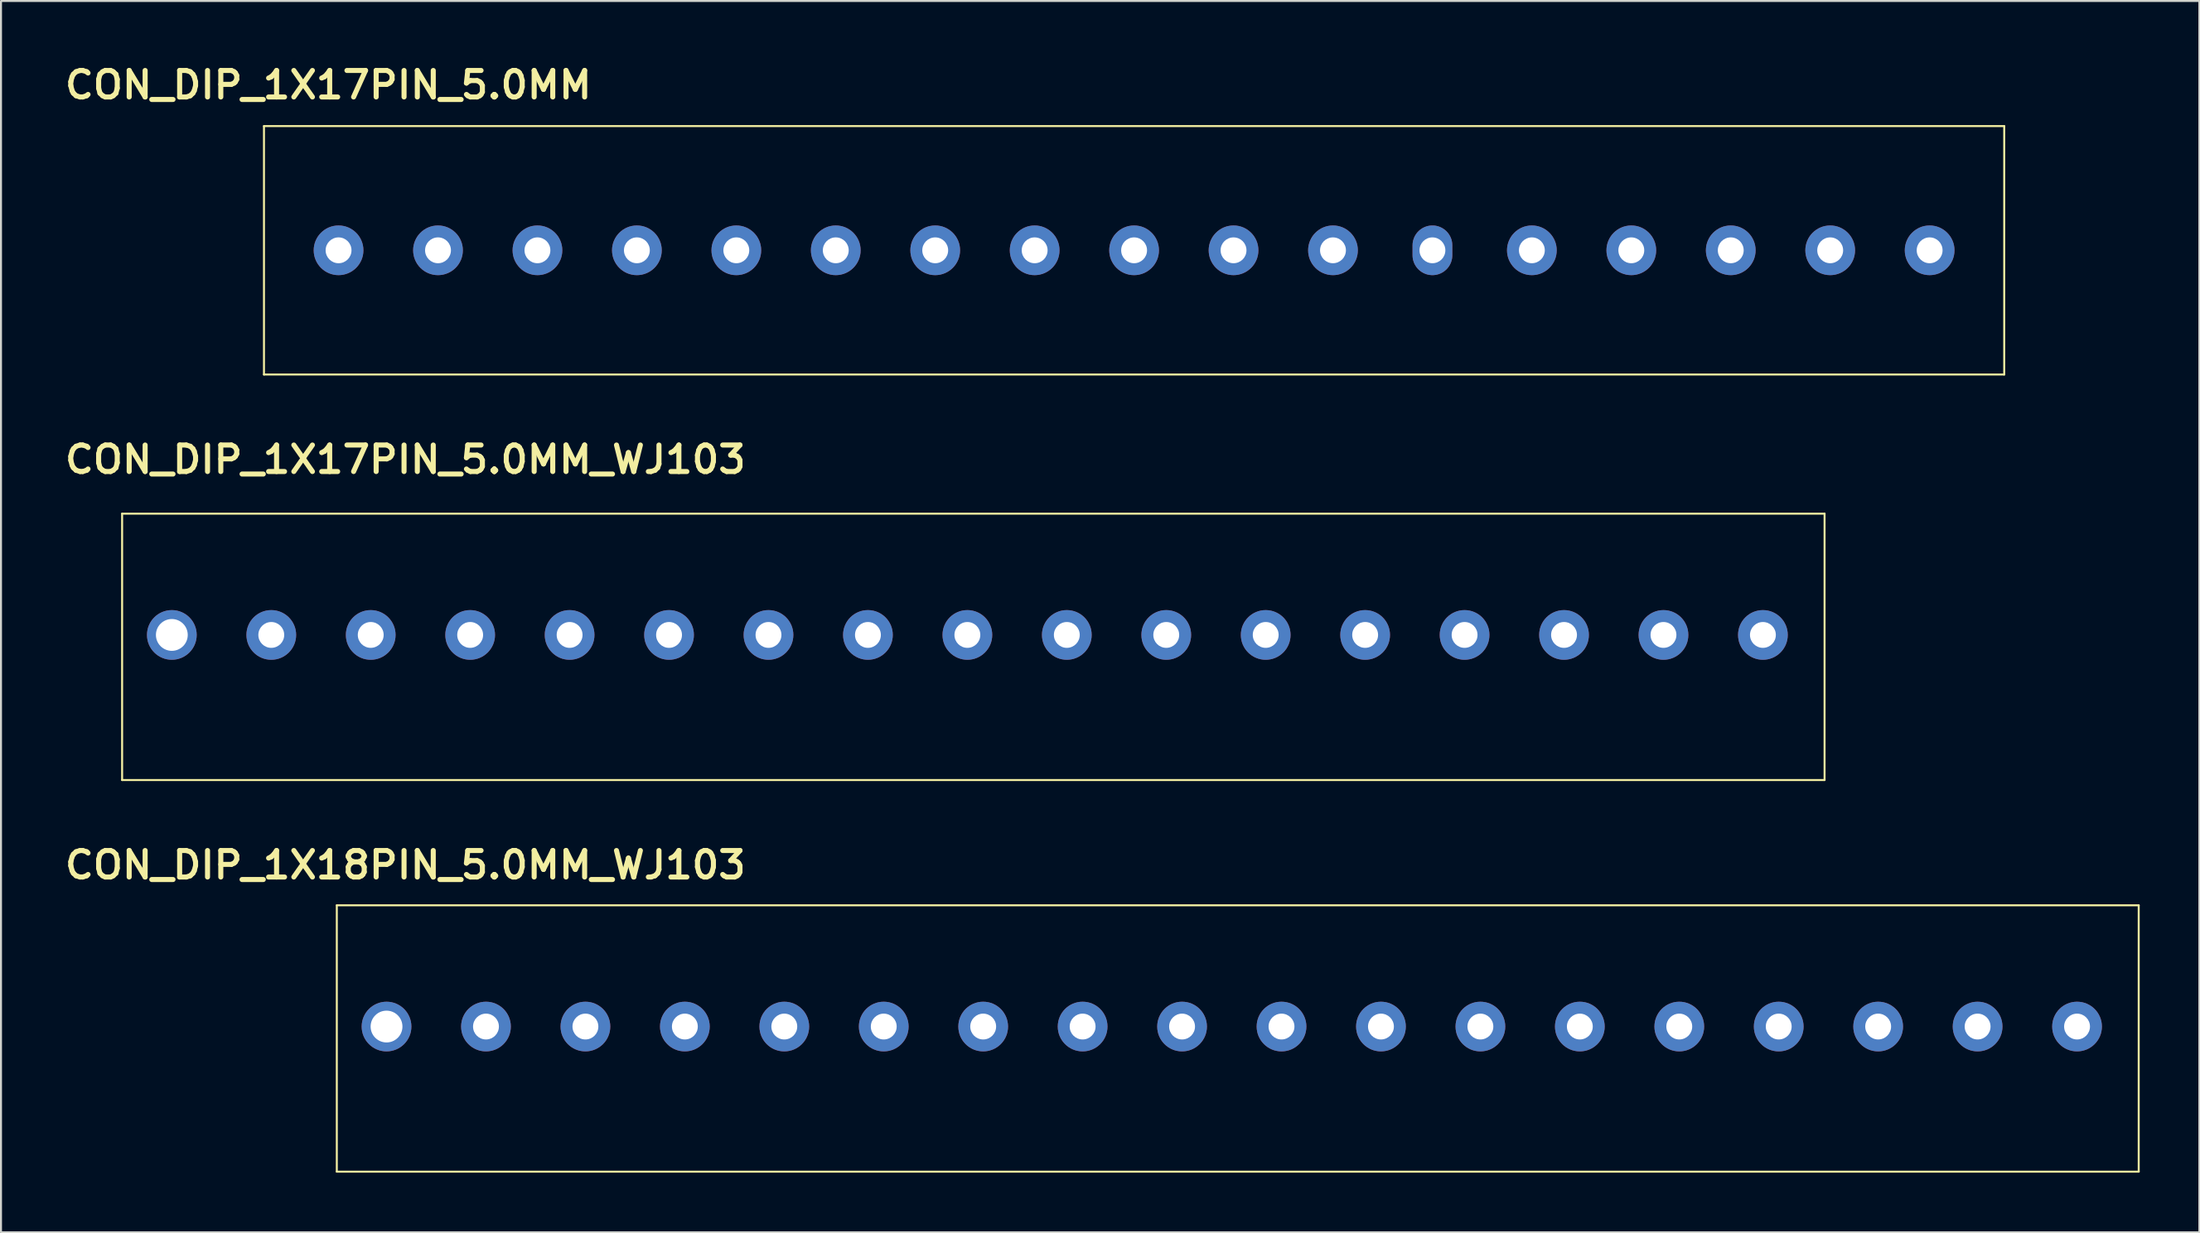
<source format=kicad_pcb>
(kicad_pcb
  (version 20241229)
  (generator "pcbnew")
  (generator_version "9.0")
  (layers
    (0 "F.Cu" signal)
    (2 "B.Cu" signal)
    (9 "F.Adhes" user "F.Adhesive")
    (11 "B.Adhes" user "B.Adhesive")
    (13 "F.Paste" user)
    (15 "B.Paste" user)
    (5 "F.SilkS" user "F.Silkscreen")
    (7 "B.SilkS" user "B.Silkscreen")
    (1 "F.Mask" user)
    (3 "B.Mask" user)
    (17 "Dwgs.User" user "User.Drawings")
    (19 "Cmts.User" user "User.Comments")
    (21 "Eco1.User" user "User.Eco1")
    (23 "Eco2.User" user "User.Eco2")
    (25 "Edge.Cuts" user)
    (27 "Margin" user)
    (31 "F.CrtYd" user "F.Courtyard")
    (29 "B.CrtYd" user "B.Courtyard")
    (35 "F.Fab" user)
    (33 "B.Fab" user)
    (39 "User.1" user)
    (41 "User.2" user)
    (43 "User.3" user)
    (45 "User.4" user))
  (footprint "CON_DIP_1X18PIN_5.0MM_WJ103"
    (layer "F.Cu")
    (at 56.385 48.6)
    (property "Reference" "CON_DIP_1X18PIN_5.0MM_WJ103" (at -39.053 -8.128 0) (unlocked yes) (layer "F.SilkS") (effects (font (size 1.333 1.402) (thickness 0.254))))
    (attr smd)
    (fp_line (start -42.5 -6.1) (end 48.1 -6.1) (stroke (width 0.1) (type solid)) (layer "F.SilkS"))
    (fp_line (start -42.5 7.3) (end -42.5 -6.1) (stroke (width 0.1) (type solid)) (layer "F.SilkS"))
    (fp_line (start -42.5 7.3) (end 48.1 7.3) (stroke (width 0.1) (type solid)) (layer "F.SilkS"))
    (fp_line (start 48.1 7.3) (end 48.1 -6.1) (stroke (width 0.1) (type solid)) (layer "F.SilkS"))
    (pad "1" thru_hole circle (at -40 0) (size 2.5 2.5) (drill 1.6) (layers "*.Cu" "*.Mask"))
    (pad "2" thru_hole circle (at -35 0) (size 2.5 2.5) (drill 1.3) (layers "*.Cu" "*.Mask"))
    (pad "3" thru_hole circle (at -30 0) (size 2.5 2.5) (drill 1.3) (layers "*.Cu" "*.Mask"))
    (pad "4" thru_hole circle (at -25 0) (size 2.5 2.5) (drill 1.3) (layers "*.Cu" "*.Mask"))
    (pad "5" thru_hole circle (at -20 0) (size 2.5 2.5) (drill 1.3) (layers "*.Cu" "*.Mask"))
    (pad "6" thru_hole circle (at -15 0) (size 2.5 2.5) (drill 1.3) (layers "*.Cu" "*.Mask"))
    (pad "7" thru_hole circle (at -10 0) (size 2.5 2.5) (drill 1.3) (layers "*.Cu" "*.Mask"))
    (pad "8" thru_hole circle (at -5 0) (size 2.5 2.5) (drill 1.3) (layers "*.Cu" "*.Mask"))
    (pad "9" thru_hole circle (at 0 0) (size 2.5 2.5) (drill 1.3) (layers "*.Cu" "*.Mask"))
    (pad "10" thru_hole circle (at 5 0) (size 2.5 2.5) (drill 1.3) (layers "*.Cu" "*.Mask"))
    (pad "11" thru_hole circle (at 10 0) (size 2.5 2.5) (drill 1.3) (layers "*.Cu" "*.Mask"))
    (pad "12" thru_hole circle (at 15 0) (size 2.5 2.5) (drill 1.3) (layers "*.Cu" "*.Mask"))
    (pad "13" thru_hole circle (at 20 0) (size 2.5 2.5) (drill 1.3) (layers "*.Cu" "*.Mask"))
    (pad "14" thru_hole circle (at 25 0) (size 2.5 2.5) (drill 1.3) (layers "*.Cu" "*.Mask"))
    (pad "15" thru_hole circle (at 30 0) (size 2.5 2.5) (drill 1.3) (layers "*.Cu" "*.Mask"))
    (pad "16" thru_hole circle (at 35 0) (size 2.5 2.5) (drill 1.3) (layers "*.Cu" "*.Mask"))
    (pad "17" thru_hole circle (at 40 0) (size 2.5 2.5) (drill 1.3) (layers "*.Cu" "*.Mask"))
    (pad "18" thru_hole circle (at 45 0) (size 2.5 2.5) (drill 1.3) (layers "*.Cu" "*.Mask")))
  (footprint "CON_DIP_1X17PIN_5.0MM"
    (layer "F.Cu")
    (at 53.973 9.544)
    (property "Reference" "CON_DIP_1X17PIN_5.0MM" (at -40.513 -8.319 0) (unlocked yes) (layer "F.SilkS") (effects (font (size 1.333 1.402) (thickness 0.254))))
    (attr smd)
    (fp_line (start -43.75 -6.25) (end 43.75 -6.25) (stroke (width 0.1) (type solid)) (layer "F.SilkS"))
    (fp_line (start -43.75 6.25) (end -43.75 -6.25) (stroke (width 0.1) (type solid)) (layer "F.SilkS"))
    (fp_line (start -43.75 6.25) (end 43.75 6.25) (stroke (width 0.1) (type solid)) (layer "F.SilkS"))
    (fp_line (start 43.75 6.25) (end 43.75 -6.25) (stroke (width 0.1) (type solid)) (layer "F.SilkS"))
    (pad "1" thru_hole circle (at -40 0) (size 2.5 2.5) (drill 1.3) (layers "*.Cu" "*.Mask"))
    (pad "2" thru_hole circle (at -35 0) (size 2.5 2.5) (drill 1.3) (layers "*.Cu" "*.Mask"))
    (pad "3" thru_hole circle (at -30 0) (size 2.5 2.5) (drill 1.3) (layers "*.Cu" "*.Mask"))
    (pad "4" thru_hole circle (at -25 0) (size 2.5 2.5) (drill 1.3) (layers "*.Cu" "*.Mask"))
    (pad "5" thru_hole circle (at -20 0) (size 2.5 2.5) (drill 1.3) (layers "*.Cu" "*.Mask"))
    (pad "6" thru_hole circle (at -15 0) (size 2.5 2.5) (drill 1.3) (layers "*.Cu" "*.Mask"))
    (pad "7" thru_hole circle (at -10 0) (size 2.5 2.5) (drill 1.3) (layers "*.Cu" "*.Mask"))
    (pad "8" thru_hole circle (at -5 0) (size 2.5 2.5) (drill 1.3) (layers "*.Cu" "*.Mask"))
    (pad "9" thru_hole circle (at 0 0) (size 2.5 2.5) (drill 1.3) (layers "*.Cu" "*.Mask"))
    (pad "10" thru_hole circle (at 5 0) (size 2.5 2.5) (drill 1.3) (layers "*.Cu" "*.Mask"))
    (pad "11" thru_hole circle (at 10 0) (size 2.5 2.5) (drill 1.3) (layers "*.Cu" "*.Mask"))
    (pad "12" thru_hole oval (at 15 0) (size 2 2.5) (drill 1.3) (layers "*.Cu" "*.Mask"))
    (pad "13" thru_hole circle (at 20 0) (size 2.5 2.5) (drill 1.3) (layers "*.Cu" "*.Mask"))
    (pad "14" thru_hole circle (at 25 0) (size 2.5 2.5) (drill 1.3) (layers "*.Cu" "*.Mask"))
    (pad "15" thru_hole circle (at 30 0) (size 2.5 2.5) (drill 1.3) (layers "*.Cu" "*.Mask"))
    (pad "16" thru_hole circle (at 35 0) (size 2.5 2.5) (drill 1.3) (layers "*.Cu" "*.Mask"))
    (pad "17" thru_hole circle (at 40 0) (size 2.5 2.5) (drill 1.3) (layers "*.Cu" "*.Mask")))
  (footprint "CON_DIP_1X17PIN_5.0MM_WJ103"
    (layer "F.Cu")
    (at 45.59 28.896)
    (property "Reference" "CON_DIP_1X17PIN_5.0MM_WJ103" (at -28.258 -8.826 0) (unlocked yes) (layer "F.SilkS") (effects (font (size 1.333 1.402) (thickness 0.254))))
    (attr smd)
    (fp_line (start -42.5 -6.1) (end 43.1 -6.1) (stroke (width 0.1) (type solid)) (layer "F.SilkS"))
    (fp_line (start -42.5 7.3) (end -42.5 -6.1) (stroke (width 0.1) (type solid)) (layer "F.SilkS"))
    (fp_line (start -42.5 7.3) (end 43.1 7.3) (stroke (width 0.1) (type solid)) (layer "F.SilkS"))
    (fp_line (start 43.1 7.3) (end 43.1 -6.1) (stroke (width 0.1) (type solid)) (layer "F.SilkS"))
    (pad "1" thru_hole circle (at -40 0) (size 2.5 2.5) (drill 1.6) (layers "*.Cu" "*.Mask"))
    (pad "2" thru_hole circle (at -35 0) (size 2.5 2.5) (drill 1.3) (layers "*.Cu" "*.Mask"))
    (pad "3" thru_hole circle (at -30 0) (size 2.5 2.5) (drill 1.3) (layers "*.Cu" "*.Mask"))
    (pad "4" thru_hole circle (at -25 0) (size 2.5 2.5) (drill 1.3) (layers "*.Cu" "*.Mask"))
    (pad "5" thru_hole circle (at -20 0) (size 2.5 2.5) (drill 1.3) (layers "*.Cu" "*.Mask"))
    (pad "6" thru_hole circle (at -15 0) (size 2.5 2.5) (drill 1.3) (layers "*.Cu" "*.Mask"))
    (pad "7" thru_hole circle (at -10 0) (size 2.5 2.5) (drill 1.3) (layers "*.Cu" "*.Mask"))
    (pad "8" thru_hole circle (at -5 0) (size 2.5 2.5) (drill 1.3) (layers "*.Cu" "*.Mask"))
    (pad "9" thru_hole circle (at 0 0) (size 2.5 2.5) (drill 1.3) (layers "*.Cu" "*.Mask"))
    (pad "10" thru_hole circle (at 5 0) (size 2.5 2.5) (drill 1.3) (layers "*.Cu" "*.Mask"))
    (pad "11" thru_hole circle (at 10 0) (size 2.5 2.5) (drill 1.3) (layers "*.Cu" "*.Mask"))
    (pad "12" thru_hole circle (at 15 0) (size 2.5 2.5) (drill 1.3) (layers "*.Cu" "*.Mask"))
    (pad "13" thru_hole circle (at 20 0) (size 2.5 2.5) (drill 1.3) (layers "*.Cu" "*.Mask"))
    (pad "14" thru_hole circle (at 25 0) (size 2.5 2.5) (drill 1.3) (layers "*.Cu" "*.Mask"))
    (pad "15" thru_hole circle (at 30 0) (size 2.5 2.5) (drill 1.3) (layers "*.Cu" "*.Mask"))
    (pad "16" thru_hole circle (at 35 0) (size 2.5 2.5) (drill 1.3) (layers "*.Cu" "*.Mask"))
    (pad "17" thru_hole circle (at 40 0) (size 2.5 2.5) (drill 1.3) (layers "*.Cu" "*.Mask")))
  (gr_rect
    (start -3 -3)
    (end 107.535 58.95)
    (stroke (width 0.1) (type default))
    (fill no)
    (layer "Edge.Cuts")))
</source>
